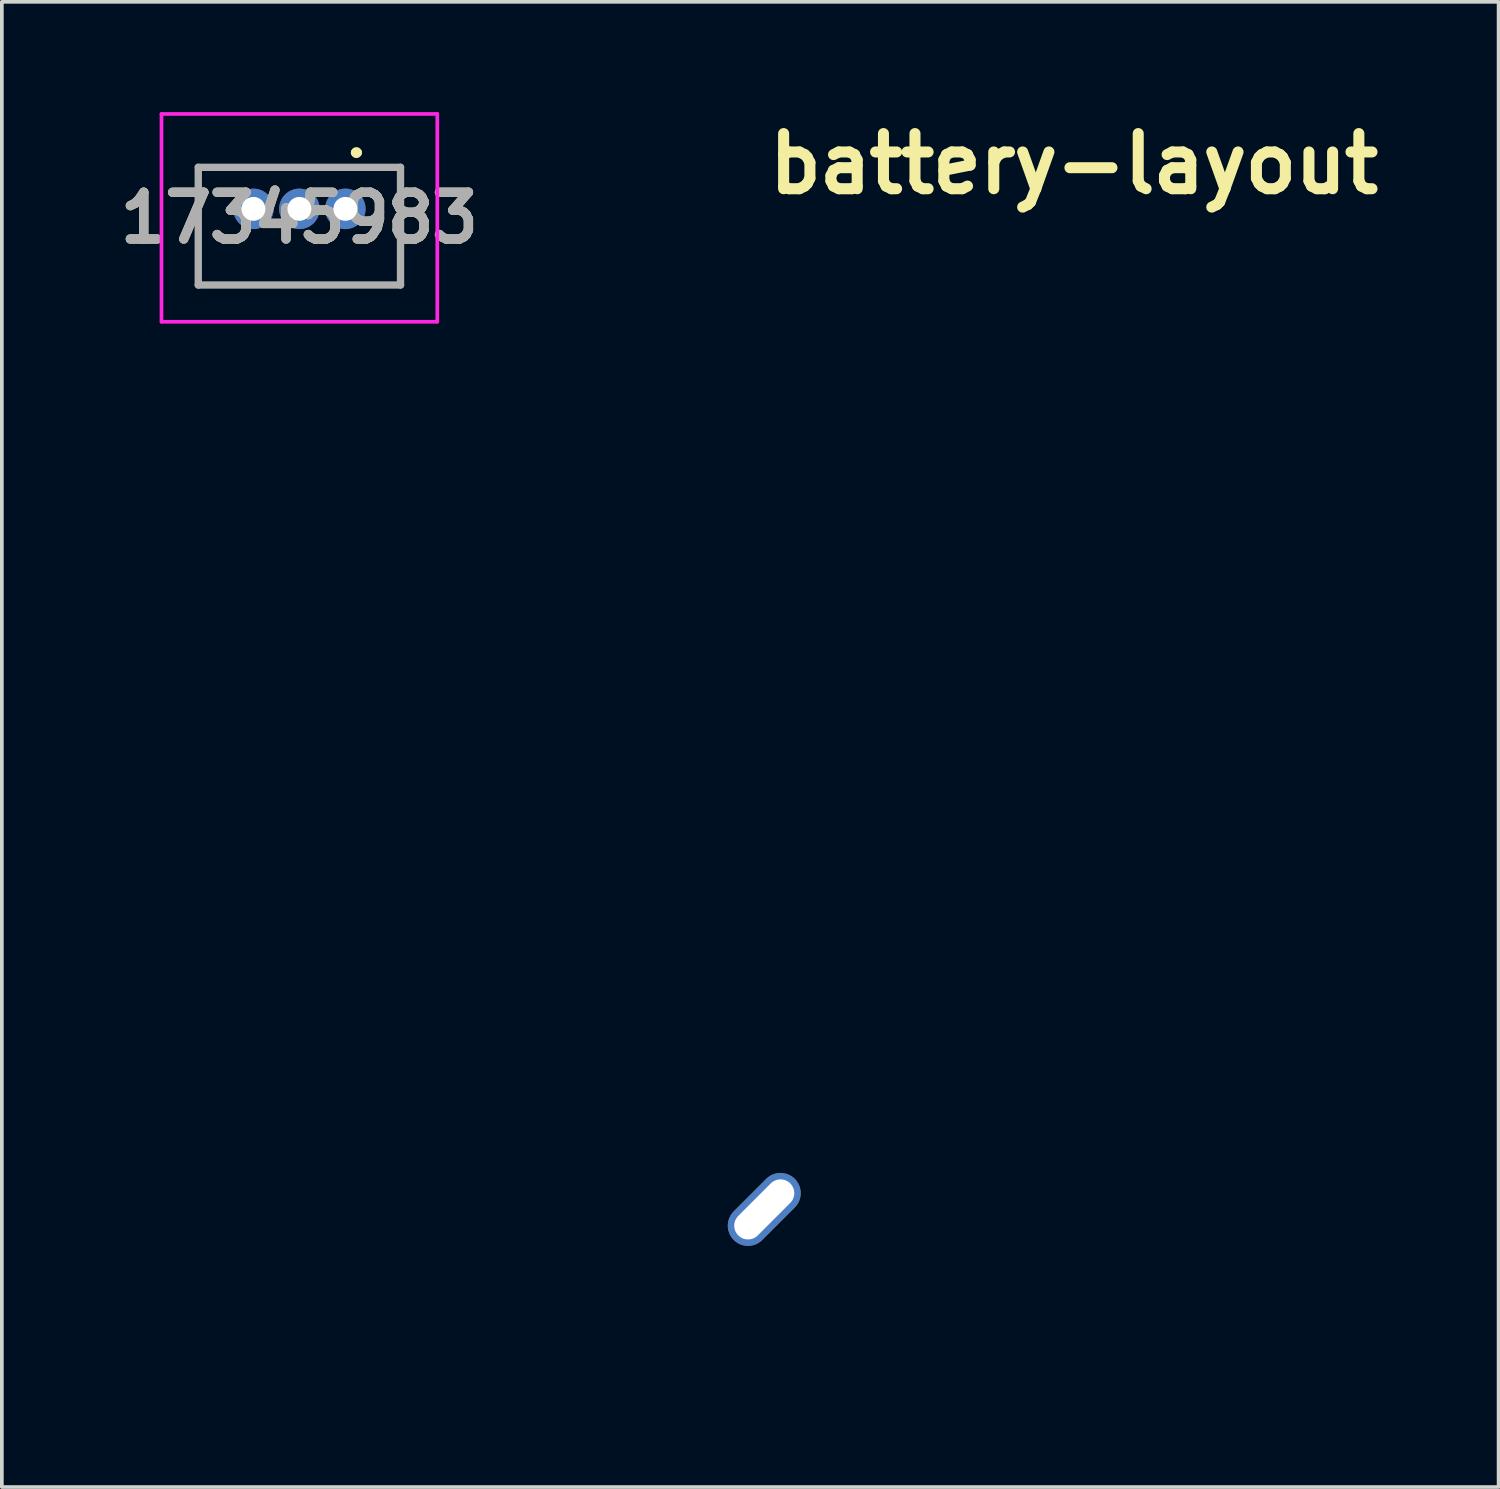
<source format=kicad_pcb>
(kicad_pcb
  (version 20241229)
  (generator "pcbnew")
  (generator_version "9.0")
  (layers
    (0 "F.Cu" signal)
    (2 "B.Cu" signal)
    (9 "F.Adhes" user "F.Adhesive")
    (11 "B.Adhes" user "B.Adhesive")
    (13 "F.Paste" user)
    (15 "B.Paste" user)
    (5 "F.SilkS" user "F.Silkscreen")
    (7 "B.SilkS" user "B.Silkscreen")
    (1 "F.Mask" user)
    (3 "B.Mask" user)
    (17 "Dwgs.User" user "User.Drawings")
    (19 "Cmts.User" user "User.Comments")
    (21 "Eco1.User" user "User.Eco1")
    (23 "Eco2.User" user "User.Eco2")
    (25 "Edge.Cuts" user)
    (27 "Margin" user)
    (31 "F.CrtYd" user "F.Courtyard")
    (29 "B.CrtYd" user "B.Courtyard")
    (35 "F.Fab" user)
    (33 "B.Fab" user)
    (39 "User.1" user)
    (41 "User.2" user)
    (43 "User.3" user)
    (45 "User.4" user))
  (footprint "17345983"
    (layer "F.Cu")
    (at 6.342 2.63)
    (property "Reference" "17345983" (at -1.25 0.245 0) (layer "F.SilkS") (effects (font (size 1.27 1.27) (thickness 0.254))))
    (attr through_hole)
    (fp_line (start -4 -1.13) (end 1.5 -1.13) (stroke (width 0.1) (type solid)) (layer "F.SilkS"))
    (fp_line (start -4 2.07) (end -4 -1.13) (stroke (width 0.1) (type solid)) (layer "F.SilkS"))
    (fp_line (start 0.25 -1.53) (end 0.25 -1.53) (stroke (width 0.2) (type solid)) (layer "F.SilkS"))
    (fp_line (start 0.35 -1.53) (end 0.35 -1.53) (stroke (width 0.2) (type solid)) (layer "F.SilkS"))
    (fp_line (start 1.5 -1.13) (end 1.5 2.07) (stroke (width 0.1) (type solid)) (layer "F.SilkS"))
    (fp_line (start 1.5 2.07) (end -4 2.07) (stroke (width 0.1) (type solid)) (layer "F.SilkS"))
    (fp_arc (start 0.25 -1.53) (mid 0.3 -1.58) (end 0.35 -1.53) (stroke (width 0.2) (type solid)) (layer "F.SilkS"))
    (fp_arc (start 0.35 -1.53) (mid 0.3 -1.48) (end 0.25 -1.53) (stroke (width 0.2) (type solid)) (layer "F.SilkS"))
    (fp_line (start -5 -2.58) (end 2.5 -2.58) (stroke (width 0.1) (type solid)) (layer "F.CrtYd"))
    (fp_line (start -5 3.07) (end -5 -2.58) (stroke (width 0.1) (type solid)) (layer "F.CrtYd"))
    (fp_line (start 2.5 -2.58) (end 2.5 3.07) (stroke (width 0.1) (type solid)) (layer "F.CrtYd"))
    (fp_line (start 2.5 3.07) (end -5 3.07) (stroke (width 0.1) (type solid)) (layer "F.CrtYd"))
    (fp_line (start -4 -1.13) (end 1.5 -1.13) (stroke (width 0.2) (type solid)) (layer "F.Fab"))
    (fp_line (start -4 2.07) (end -4 -1.13) (stroke (width 0.2) (type solid)) (layer "F.Fab"))
    (fp_line (start 1.5 -1.13) (end 1.5 2.07) (stroke (width 0.2) (type solid)) (layer "F.Fab"))
    (fp_line (start 1.5 2.07) (end -4 2.07) (stroke (width 0.2) (type solid)) (layer "F.Fab"))
    (fp_text user "${REFERENCE}" (at -1.25 0.245 0) (layer "F.Fab") (effects (font (size 1.27 1.27) (thickness 0.254))))
    (pad "1" thru_hole circle (at 0 0) (size 1.1 1.1) (drill 0.65) (layers "*.Cu" "*.Mask"))
    (pad "2" thru_hole circle (at -1.25 0) (size 1.1 1.1) (drill 0.65) (layers "*.Cu" "*.Mask"))
    (pad "3" thru_hole circle (at -2.5 0) (size 1.1 1.1) (drill 0.65) (layers "*.Cu" "*.Mask")))
  (footprint "battery-layout"
    (layer "F.Cu")
    (at 17.734 29.84)
    (property "Reference" "battery-layout" (at 8.42 -28.436 0) (layer "F.SilkS") (effects (font (size 1.5 1.5) (thickness 0.3))))
    (attr board_only exclude_from_pos_files exclude_from_bom)
    (fp_circle (center 0 0) (end 4.5 0) (stroke (width 0.1) (type default)) (fill no) (layer "Eco1.User"))
    (pad "" thru_hole oval (at 0 0 45) (size 2.35 1.1) (drill oval 2 0.75) (layers "*.Cu" "F.Mask")))
  (gr_rect
    (start -3 -3)
    (end 37.704 37.39)
    (stroke (width 0.1) (type default))
    (fill no)
    (layer "Edge.Cuts")))
</source>
